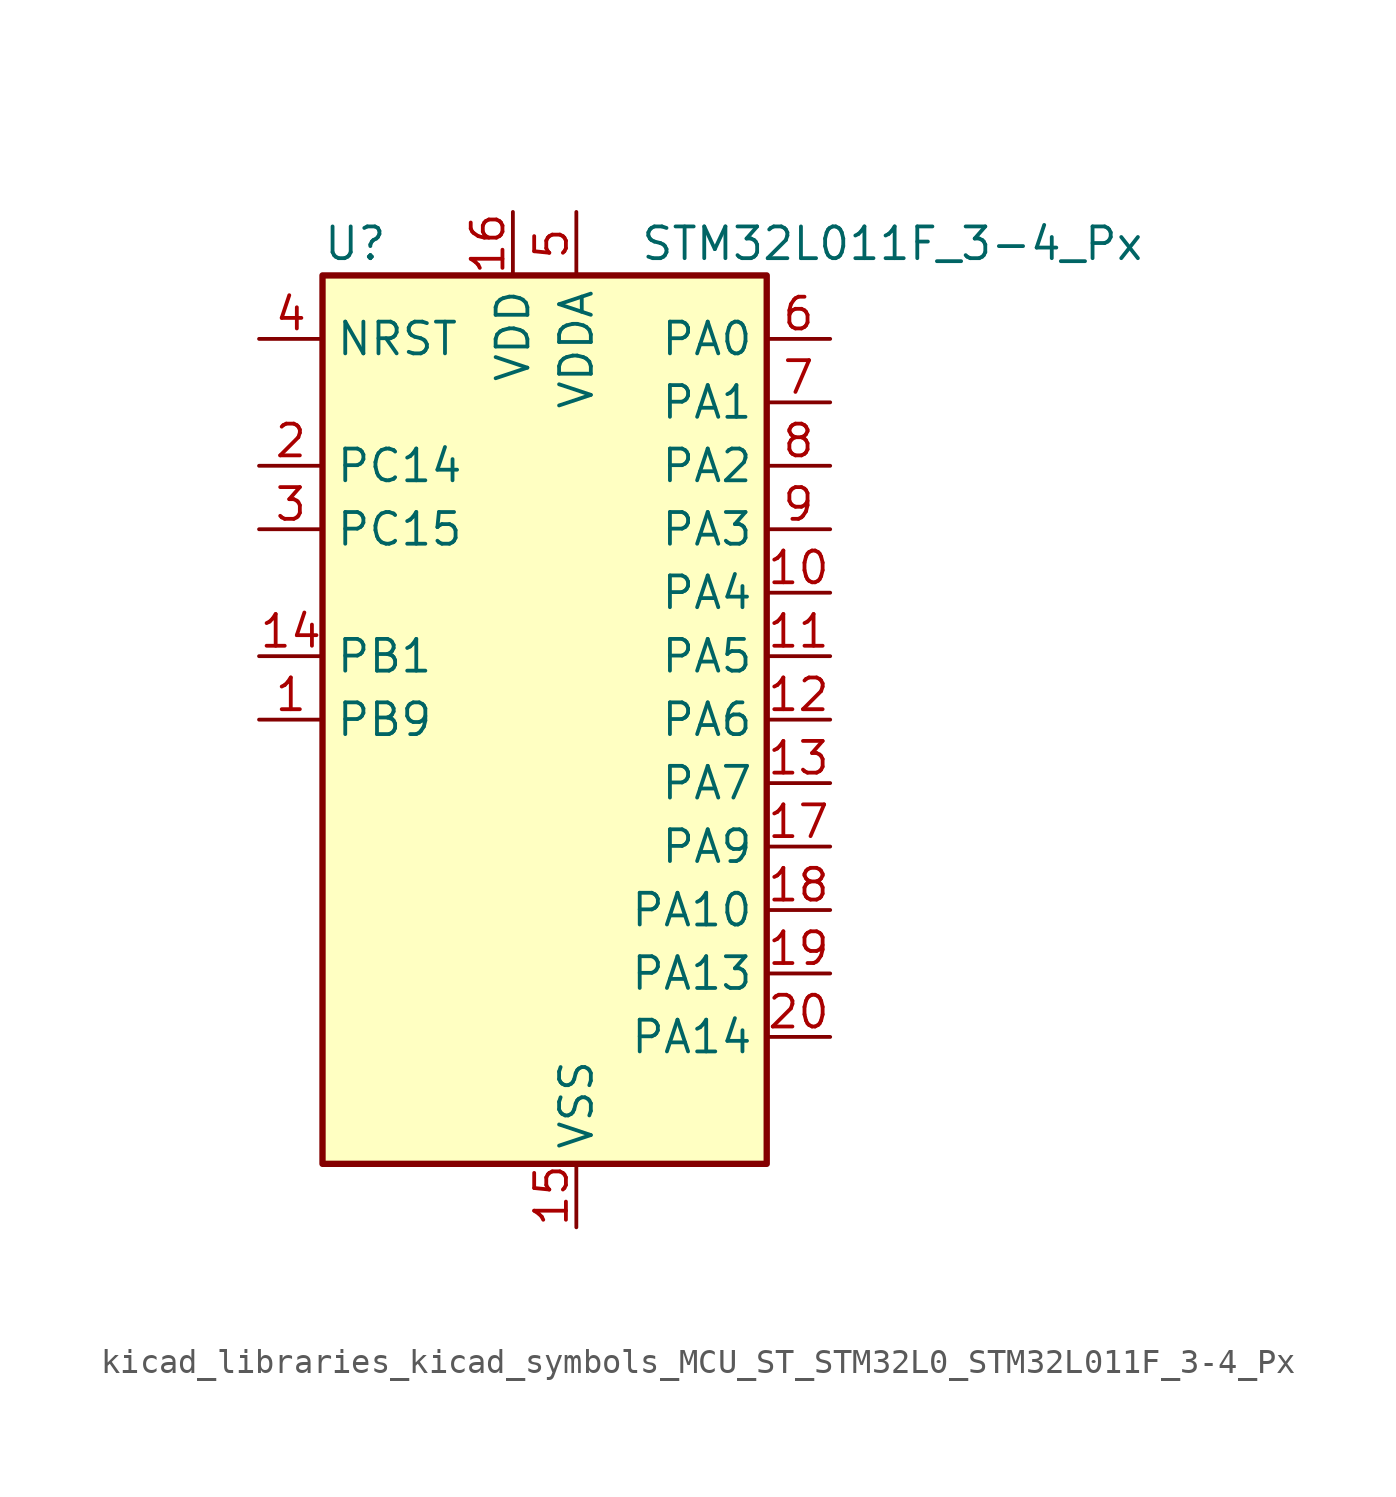
<source format=kicad_sym>
(kicad_symbol_lib
  (version 20220914)
  (generator kicad_symbol_editor)
  (symbol "kicad_libraries_kicad_symbols_MCU_ST_STM32L0_STM32L011F_3-4_Px"
    (property "Reference" "U"
      (at -7.62 19.05 0)
      (effects (font (size 1.27 1.27)) (justify left)))
    (property "Value" "STM32L011F_3-4_Px"
      (at 5.08 19.05 0)
      (effects (font (size 1.27 1.27)) (justify left)))
    (property "ki_locked" ""
      (at 0 0 0)
      (effects (font (size 1.27 1.27))))
    (symbol "kicad_libraries_kicad_symbols_MCU_ST_STM32L0_STM32L011F_3-4_Px_0_1"
      (rectangle (start -7.62 -17.78) (end 10.16 17.78) (stroke (width 0.254) (type default)) (fill (type background))))
    (symbol "kicad_libraries_kicad_symbols_MCU_ST_STM32L0_STM32L011F_3-4_Px_1_1"
      (pin bidirectional line (at -10.16 0 0) (length 2.54) (name "PB9" (effects (font (size 1.27 1.27)))) (number "1" (effects (font (size 1.27 1.27)))))
      (pin bidirectional line (at 12.7 5.08 180) (length 2.54) (name "PA4" (effects (font (size 1.27 1.27)))) (number "10" (effects (font (size 1.27 1.27)))) (alternate "ADC_IN4" bidirectional line) (alternate "COMP1_INM" bidirectional line) (alternate "COMP2_INM" bidirectional line) (alternate "COMP2_OUT" bidirectional line) (alternate "I2C1_SCL" bidirectional line) (alternate "LPTIM1_ETR" bidirectional line) (alternate "LPTIM1_IN1" bidirectional line) (alternate "LPUART1_TX" bidirectional line) (alternate "SPI1_NSS" bidirectional line) (alternate "TIM2_ETR" bidirectional line) (alternate "USART2_CK" bidirectional line))
      (pin bidirectional line (at 12.7 2.54 180) (length 2.54) (name "PA5" (effects (font (size 1.27 1.27)))) (number "11" (effects (font (size 1.27 1.27)))) (alternate "ADC_IN5" bidirectional line) (alternate "COMP1_INM" bidirectional line) (alternate "COMP2_INM" bidirectional line) (alternate "LPTIM1_IN2" bidirectional line) (alternate "SPI1_SCK" bidirectional line) (alternate "TIM2_CH1" bidirectional line) (alternate "TIM2_ETR" bidirectional line))
      (pin bidirectional line (at 12.7 0 180) (length 2.54) (name "PA6" (effects (font (size 1.27 1.27)))) (number "12" (effects (font (size 1.27 1.27)))) (alternate "ADC_IN6" bidirectional line) (alternate "COMP1_OUT" bidirectional line) (alternate "LPTIM1_ETR" bidirectional line) (alternate "LPUART1_CTS" bidirectional line) (alternate "SPI1_MISO" bidirectional line))
      (pin bidirectional line (at 12.7 -2.54 180) (length 2.54) (name "PA7" (effects (font (size 1.27 1.27)))) (number "13" (effects (font (size 1.27 1.27)))) (alternate "ADC_IN7" bidirectional line) (alternate "COMP2_INP" bidirectional line) (alternate "COMP2_OUT" bidirectional line) (alternate "LPTIM1_OUT" bidirectional line) (alternate "SPI1_MOSI" bidirectional line) (alternate "TIM21_ETR" bidirectional line) (alternate "USART2_CTS" bidirectional line))
      (pin bidirectional line (at -10.16 2.54 0) (length 2.54) (name "PB1" (effects (font (size 1.27 1.27)))) (number "14" (effects (font (size 1.27 1.27)))) (alternate "ADC_IN9" bidirectional line) (alternate "LPTIM1_IN1" bidirectional line) (alternate "LPUART1_DE" bidirectional line) (alternate "LPUART1_RTS" bidirectional line) (alternate "SPI1_MOSI" bidirectional line) (alternate "SYS_VREF_OUT_PB1" bidirectional line) (alternate "TIM2_CH4" bidirectional line) (alternate "USART2_CK" bidirectional line))
      (pin power_in line (at 2.54 -20.32 90) (length 2.54) (name "VSS" (effects (font (size 1.27 1.27)))) (number "15" (effects (font (size 1.27 1.27)))))
      (pin power_in line (at 0 20.32 270) (length 2.54) (name "VDD" (effects (font (size 1.27 1.27)))) (number "16" (effects (font (size 1.27 1.27)))))
      (pin bidirectional line (at 12.7 -5.08 180) (length 2.54) (name "PA9" (effects (font (size 1.27 1.27)))) (number "17" (effects (font (size 1.27 1.27)))) (alternate "COMP1_OUT" bidirectional line) (alternate "I2C1_SCL" bidirectional line) (alternate "LPTIM1_OUT" bidirectional line) (alternate "RCC_MCO" bidirectional line) (alternate "TIM21_CH2" bidirectional line) (alternate "USART2_TX" bidirectional line))
      (pin bidirectional line (at 12.7 -7.62 180) (length 2.54) (name "PA10" (effects (font (size 1.27 1.27)))) (number "18" (effects (font (size 1.27 1.27)))) (alternate "COMP1_OUT" bidirectional line) (alternate "I2C1_SDA" bidirectional line) (alternate "RTC_REFIN" bidirectional line) (alternate "TIM21_CH1" bidirectional line) (alternate "TIM2_CH3" bidirectional line) (alternate "USART2_RX" bidirectional line))
      (pin bidirectional line (at 12.7 -10.16 180) (length 2.54) (name "PA13" (effects (font (size 1.27 1.27)))) (number "19" (effects (font (size 1.27 1.27)))) (alternate "COMP1_OUT" bidirectional line) (alternate "I2C1_SDA" bidirectional line) (alternate "LPTIM1_ETR" bidirectional line) (alternate "LPUART1_RX" bidirectional line) (alternate "SPI1_SCK" bidirectional line) (alternate "SYS_SWDIO" bidirectional line))
      (pin bidirectional line (at -10.16 10.16 0) (length 2.54) (name "PC14" (effects (font (size 1.27 1.27)))) (number "2" (effects (font (size 1.27 1.27)))) (alternate "RCC_OSC32_IN" bidirectional line))
      (pin bidirectional line (at 12.7 -12.7 180) (length 2.54) (name "PA14" (effects (font (size 1.27 1.27)))) (number "20" (effects (font (size 1.27 1.27)))) (alternate "COMP2_OUT" bidirectional line) (alternate "I2C1_SMBA" bidirectional line) (alternate "LPTIM1_OUT" bidirectional line) (alternate "LPUART1_TX" bidirectional line) (alternate "SPI1_MISO" bidirectional line) (alternate "SYS_SWCLK" bidirectional line) (alternate "USART2_TX" bidirectional line))
      (pin bidirectional line (at -10.16 7.62 0) (length 2.54) (name "PC15" (effects (font (size 1.27 1.27)))) (number "3" (effects (font (size 1.27 1.27)))) (alternate "RCC_OSC32_OUT" bidirectional line))
      (pin input line (at -10.16 15.24 0) (length 2.54) (name "NRST" (effects (font (size 1.27 1.27)))) (number "4" (effects (font (size 1.27 1.27)))))
      (pin power_in line (at 2.54 20.32 270) (length 2.54) (name "VDDA" (effects (font (size 1.27 1.27)))) (number "5" (effects (font (size 1.27 1.27)))))
      (pin bidirectional line (at 12.7 15.24 180) (length 2.54) (name "PA0" (effects (font (size 1.27 1.27)))) (number "6" (effects (font (size 1.27 1.27)))) (alternate "ADC_IN0" bidirectional line) (alternate "COMP1_INM" bidirectional line) (alternate "COMP1_OUT" bidirectional line) (alternate "LPTIM1_IN1" bidirectional line) (alternate "LPUART1_RX" bidirectional line) (alternate "RCC_CK_IN" bidirectional line) (alternate "RTC_TAMP2" bidirectional line) (alternate "SYS_WKUP1" bidirectional line) (alternate "TIM2_CH1" bidirectional line) (alternate "TIM2_ETR" bidirectional line) (alternate "USART2_CTS" bidirectional line) (alternate "USART2_RX" bidirectional line))
      (pin bidirectional line (at 12.7 12.7 180) (length 2.54) (name "PA1" (effects (font (size 1.27 1.27)))) (number "7" (effects (font (size 1.27 1.27)))) (alternate "ADC_IN1" bidirectional line) (alternate "COMP1_INP" bidirectional line) (alternate "I2C1_SMBA" bidirectional line) (alternate "LPTIM1_IN2" bidirectional line) (alternate "LPUART1_TX" bidirectional line) (alternate "TIM21_ETR" bidirectional line) (alternate "TIM2_CH2" bidirectional line) (alternate "USART2_DE" bidirectional line) (alternate "USART2_RTS" bidirectional line))
      (pin bidirectional line (at 12.7 10.16 180) (length 2.54) (name "PA2" (effects (font (size 1.27 1.27)))) (number "8" (effects (font (size 1.27 1.27)))) (alternate "ADC_IN2" bidirectional line) (alternate "COMP2_INM" bidirectional line) (alternate "COMP2_OUT" bidirectional line) (alternate "LPUART1_TX" bidirectional line) (alternate "RTC_OUT_ALARM" bidirectional line) (alternate "RTC_OUT_CALIB" bidirectional line) (alternate "RTC_TAMP3" bidirectional line) (alternate "RTC_TS" bidirectional line) (alternate "SYS_WKUP3" bidirectional line) (alternate "TIM21_CH1" bidirectional line) (alternate "TIM2_CH3" bidirectional line) (alternate "USART2_TX" bidirectional line))
      (pin bidirectional line (at 12.7 7.62 180) (length 2.54) (name "PA3" (effects (font (size 1.27 1.27)))) (number "9" (effects (font (size 1.27 1.27)))) (alternate "ADC_IN3" bidirectional line) (alternate "COMP2_INP" bidirectional line) (alternate "LPUART1_RX" bidirectional line) (alternate "TIM21_CH2" bidirectional line) (alternate "TIM2_CH4" bidirectional line) (alternate "USART2_RX" bidirectional line)))))
</source>
